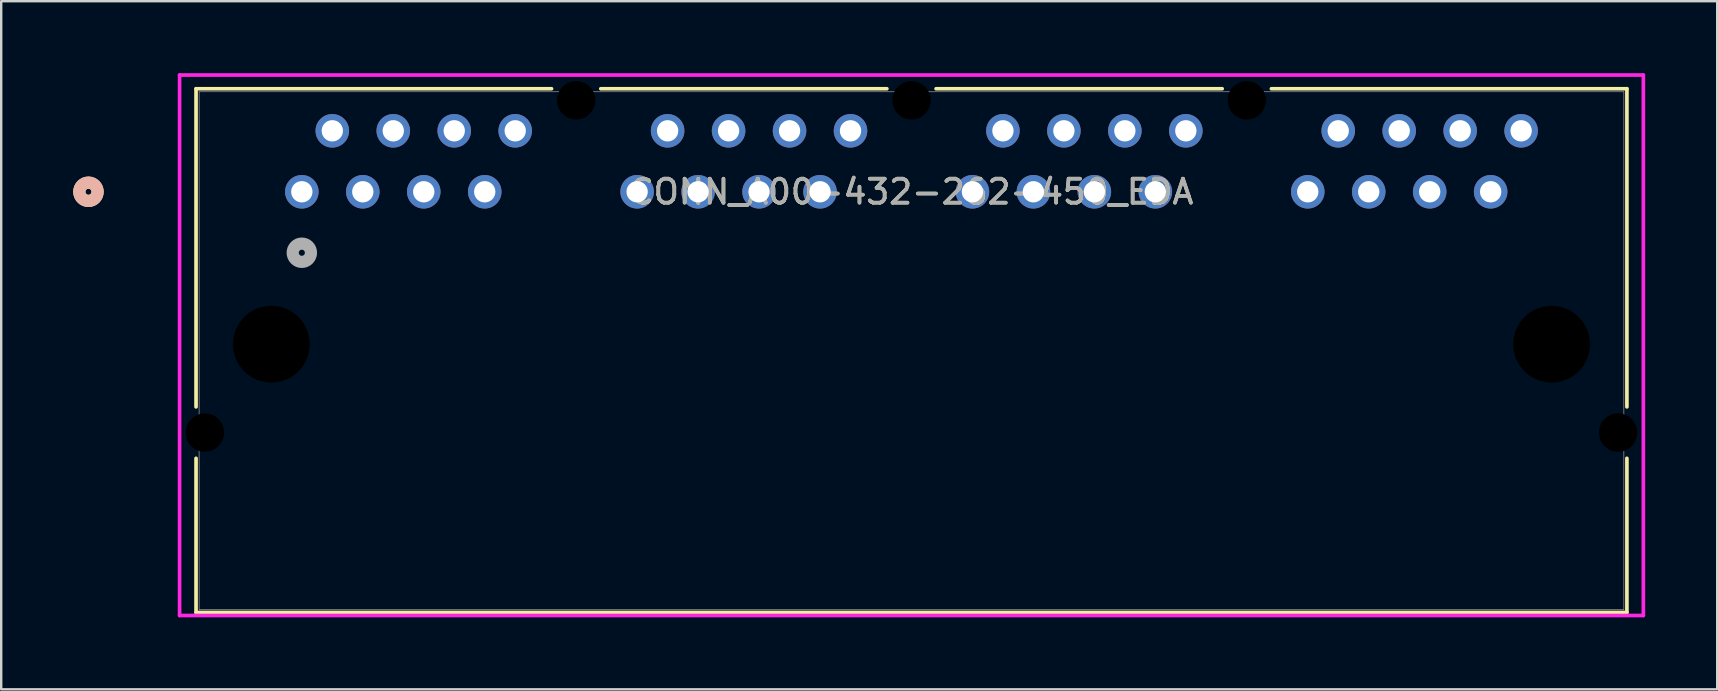
<source format=kicad_pcb>
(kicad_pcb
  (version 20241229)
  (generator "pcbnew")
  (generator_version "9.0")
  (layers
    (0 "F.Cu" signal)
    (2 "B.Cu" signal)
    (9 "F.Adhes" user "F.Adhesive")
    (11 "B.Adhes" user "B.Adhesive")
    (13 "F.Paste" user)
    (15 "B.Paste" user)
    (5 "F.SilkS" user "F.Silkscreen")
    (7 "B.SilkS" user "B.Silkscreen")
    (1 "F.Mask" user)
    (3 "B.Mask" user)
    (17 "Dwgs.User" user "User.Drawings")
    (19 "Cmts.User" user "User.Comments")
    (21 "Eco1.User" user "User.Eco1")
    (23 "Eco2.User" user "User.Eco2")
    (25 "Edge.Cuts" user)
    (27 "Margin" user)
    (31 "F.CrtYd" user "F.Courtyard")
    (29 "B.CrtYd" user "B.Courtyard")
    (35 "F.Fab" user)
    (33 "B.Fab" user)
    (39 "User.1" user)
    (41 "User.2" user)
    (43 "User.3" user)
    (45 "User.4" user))
  (footprint "CONN_A00-432-262-450_EDA"
    (layer "F.Cu")
    (at 9.525 4.94)
    (property "Reference" "CONN_A00-432-262-450_EDA" (at 25.4 0 0) (unlocked yes) (layer "F.SilkS") (effects (font (size 1 1) (thickness 0.15))))
    (attr through_hole)
    (fp_line (start -4.407 -4.293) (end -4.407 8.962) (stroke (width 0.152) (type solid)) (layer "F.SilkS"))
    (fp_line (start -4.407 11.104) (end -4.407 17.526) (stroke (width 0.152) (type solid)) (layer "F.SilkS"))
    (fp_line (start -4.407 17.526) (end 55.207 17.526) (stroke (width 0.152) (type solid)) (layer "F.SilkS"))
    (fp_line (start 10.405 -4.293) (end -4.407 -4.293) (stroke (width 0.152) (type solid)) (layer "F.SilkS"))
    (fp_line (start 24.375 -4.293) (end 12.455 -4.293) (stroke (width 0.152) (type solid)) (layer "F.SilkS"))
    (fp_line (start 38.345 -4.293) (end 26.425 -4.293) (stroke (width 0.152) (type solid)) (layer "F.SilkS"))
    (fp_line (start 55.207 -4.293) (end 40.395 -4.293) (stroke (width 0.152) (type solid)) (layer "F.SilkS"))
    (fp_line (start 55.207 8.962) (end 55.207 -4.293) (stroke (width 0.152) (type solid)) (layer "F.SilkS"))
    (fp_line (start 55.207 17.526) (end 55.207 11.104) (stroke (width 0.152) (type solid)) (layer "F.SilkS"))
    (fp_circle (center -8.89 0) (end -8.509 0) (stroke (width 0.508) (type solid)) (fill no) (layer "F.SilkS"))
    (fp_circle (center -8.89 0) (end -8.509 0) (stroke (width 0.508) (type solid)) (fill no) (layer "B.SilkS"))
    (fp_line (start -5.093 -4.864) (end -5.093 17.653) (stroke (width 0.152) (type solid)) (layer "F.CrtYd"))
    (fp_line (start -5.093 17.653) (end 55.893 17.653) (stroke (width 0.152) (type solid)) (layer "F.CrtYd"))
    (fp_line (start 55.893 -4.864) (end -5.093 -4.864) (stroke (width 0.152) (type solid)) (layer "F.CrtYd"))
    (fp_line (start 55.893 17.653) (end 55.893 -4.864) (stroke (width 0.152) (type solid)) (layer "F.CrtYd"))
    (fp_line (start -4.28 -4.166) (end -4.28 17.399) (stroke (width 0.025) (type solid)) (layer "F.Fab"))
    (fp_line (start -4.28 17.399) (end 55.08 17.399) (stroke (width 0.025) (type solid)) (layer "F.Fab"))
    (fp_line (start 55.08 -4.166) (end -4.28 -4.166) (stroke (width 0.025) (type solid)) (layer "F.Fab"))
    (fp_line (start 55.08 17.399) (end 55.08 -4.166) (stroke (width 0.025) (type solid)) (layer "F.Fab"))
    (fp_circle (center 0 2.54) (end 0.381 2.54) (stroke (width 0.508) (type solid)) (fill no) (layer "F.Fab"))
    (fp_text user "${REFERENCE}" (at 25.4 0 0) (unlocked yes) (layer "F.Fab") (effects (font (size 1 1) (thickness 0.15))))
    (pad "" np_thru_hole circle (at -4.039 10.033 90) (size 1.6 1.6) (drill 1.6) (layers))
    (pad "" np_thru_hole circle (at -1.27 6.35 90) (size 3.2 3.2) (drill 3.2) (layers))
    (pad "" np_thru_hole circle (at 11.43 -3.81 90) (size 1.6 1.6) (drill 1.6) (layers))
    (pad "" np_thru_hole circle (at 25.4 -3.81 90) (size 1.6 1.6) (drill 1.6) (layers))
    (pad "" np_thru_hole circle (at 39.37 -3.81 90) (size 1.6 1.6) (drill 1.6) (layers))
    (pad "" np_thru_hole circle (at 52.07 6.35 90) (size 3.2 3.2) (drill 3.2) (layers))
    (pad "" np_thru_hole circle (at 54.839 10.033 90) (size 1.6 1.6) (drill 1.6) (layers))
    (pad "A1" thru_hole circle (at 0 0) (size 1.397 1.397) (drill 0.889) (layers "*.Cu" "*.Mask"))
    (pad "A2" thru_hole circle (at 1.27 -2.54) (size 1.397 1.397) (drill 0.889) (layers "*.Cu" "*.Mask"))
    (pad "A3" thru_hole circle (at 2.54 0) (size 1.397 1.397) (drill 0.889) (layers "*.Cu" "*.Mask"))
    (pad "A4" thru_hole circle (at 3.81 -2.54) (size 1.397 1.397) (drill 0.889) (layers "*.Cu" "*.Mask"))
    (pad "A5" thru_hole circle (at 5.08 0) (size 1.397 1.397) (drill 0.889) (layers "*.Cu" "*.Mask"))
    (pad "A6" thru_hole circle (at 6.35 -2.54) (size 1.397 1.397) (drill 0.889) (layers "*.Cu" "*.Mask"))
    (pad "A7" thru_hole circle (at 7.62 0) (size 1.397 1.397) (drill 0.889) (layers "*.Cu" "*.Mask"))
    (pad "A8" thru_hole circle (at 8.89 -2.54) (size 1.397 1.397) (drill 0.889) (layers "*.Cu" "*.Mask"))
    (pad "B1" thru_hole circle (at 13.97 0) (size 1.397 1.397) (drill 0.889) (layers "*.Cu" "*.Mask"))
    (pad "B2" thru_hole circle (at 15.24 -2.54) (size 1.397 1.397) (drill 0.889) (layers "*.Cu" "*.Mask"))
    (pad "B3" thru_hole circle (at 16.51 0) (size 1.397 1.397) (drill 0.889) (layers "*.Cu" "*.Mask"))
    (pad "B4" thru_hole circle (at 17.78 -2.54) (size 1.397 1.397) (drill 0.889) (layers "*.Cu" "*.Mask"))
    (pad "B5" thru_hole circle (at 19.05 0) (size 1.397 1.397) (drill 0.889) (layers "*.Cu" "*.Mask"))
    (pad "B6" thru_hole circle (at 20.32 -2.54) (size 1.397 1.397) (drill 0.889) (layers "*.Cu" "*.Mask"))
    (pad "B7" thru_hole circle (at 21.59 0) (size 1.397 1.397) (drill 0.889) (layers "*.Cu" "*.Mask"))
    (pad "B8" thru_hole circle (at 22.86 -2.54) (size 1.397 1.397) (drill 0.889) (layers "*.Cu" "*.Mask"))
    (pad "C1" thru_hole circle (at 27.94 0) (size 1.397 1.397) (drill 0.889) (layers "*.Cu" "*.Mask"))
    (pad "C2" thru_hole circle (at 29.21 -2.54) (size 1.397 1.397) (drill 0.889) (layers "*.Cu" "*.Mask"))
    (pad "C3" thru_hole circle (at 30.48 0) (size 1.397 1.397) (drill 0.889) (layers "*.Cu" "*.Mask"))
    (pad "C4" thru_hole circle (at 31.75 -2.54) (size 1.397 1.397) (drill 0.889) (layers "*.Cu" "*.Mask"))
    (pad "C5" thru_hole circle (at 33.02 0) (size 1.397 1.397) (drill 0.889) (layers "*.Cu" "*.Mask"))
    (pad "C6" thru_hole circle (at 34.29 -2.54) (size 1.397 1.397) (drill 0.889) (layers "*.Cu" "*.Mask"))
    (pad "C7" thru_hole circle (at 35.56 0) (size 1.397 1.397) (drill 0.889) (layers "*.Cu" "*.Mask"))
    (pad "C8" thru_hole circle (at 36.83 -2.54) (size 1.397 1.397) (drill 0.889) (layers "*.Cu" "*.Mask"))
    (pad "D1" thru_hole circle (at 41.91 0) (size 1.397 1.397) (drill 0.889) (layers "*.Cu" "*.Mask"))
    (pad "D2" thru_hole circle (at 43.18 -2.54) (size 1.397 1.397) (drill 0.889) (layers "*.Cu" "*.Mask"))
    (pad "D3" thru_hole circle (at 44.45 0) (size 1.397 1.397) (drill 0.889) (layers "*.Cu" "*.Mask"))
    (pad "D4" thru_hole circle (at 45.72 -2.54) (size 1.397 1.397) (drill 0.889) (layers "*.Cu" "*.Mask"))
    (pad "D5" thru_hole circle (at 46.99 0) (size 1.397 1.397) (drill 0.889) (layers "*.Cu" "*.Mask"))
    (pad "D6" thru_hole circle (at 48.26 -2.54) (size 1.397 1.397) (drill 0.889) (layers "*.Cu" "*.Mask"))
    (pad "D7" thru_hole circle (at 49.53 0) (size 1.397 1.397) (drill 0.889) (layers "*.Cu" "*.Mask"))
    (pad "D8" thru_hole circle (at 50.8 -2.54) (size 1.397 1.397) (drill 0.889) (layers "*.Cu" "*.Mask")))
  (gr_rect
    (start -3 -3)
    (end 68.494 25.669)
    (stroke (width 0.1) (type default))
    (fill no)
    (layer "Edge.Cuts")))
</source>
